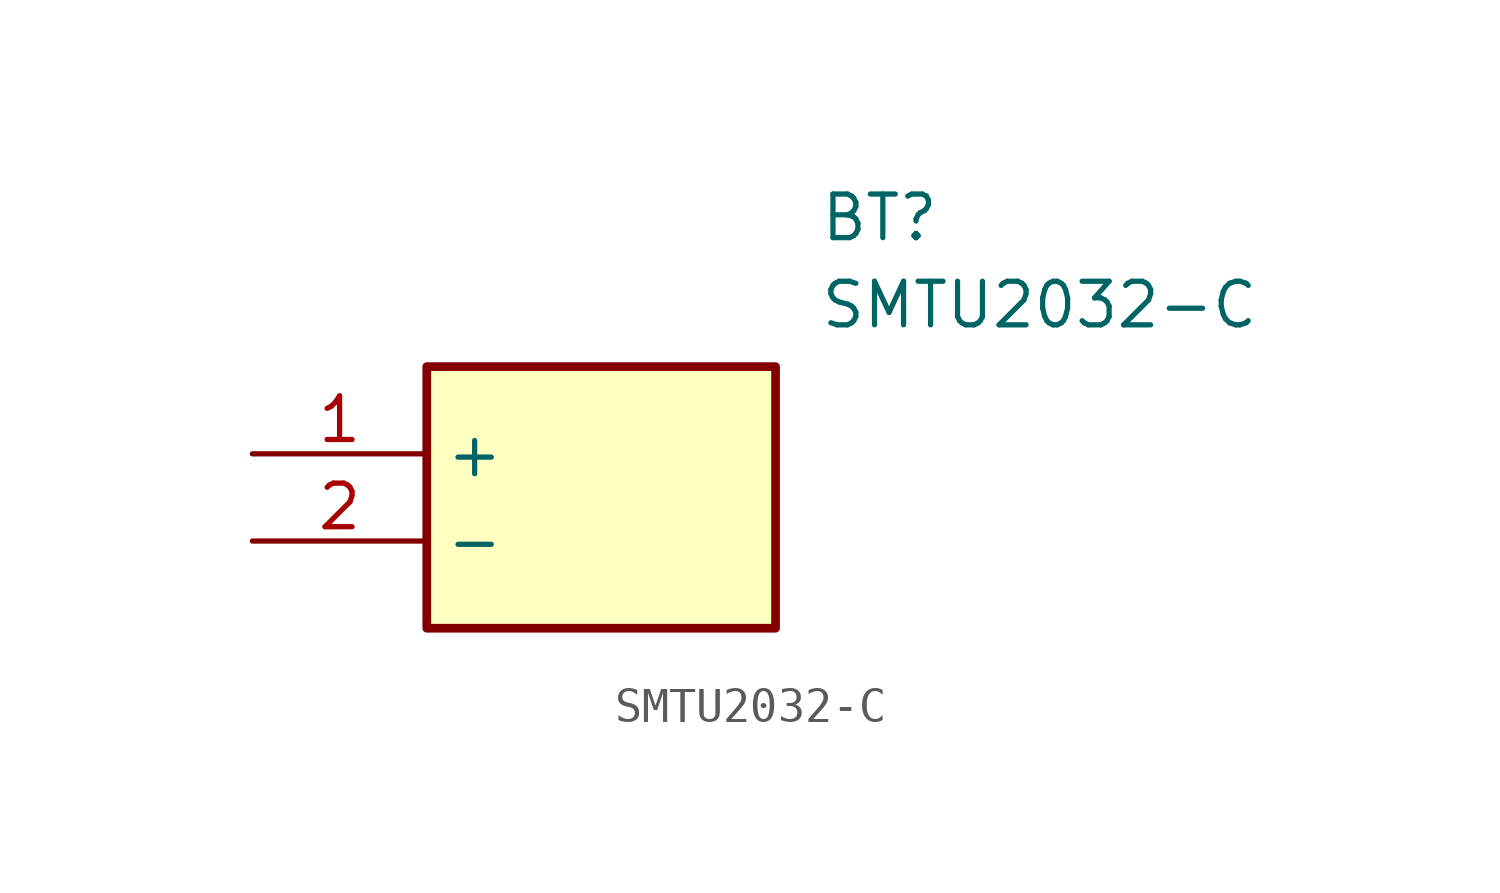
<source format=kicad_sym>
(kicad_symbol_lib
  (version 20211014)
  (generator SamacSys_ECAD_Model)
  (symbol "SMTU2032-C"
    (property "Reference" "BT"
      (at 16.51 7.62 0)
      (effects (font (size 1.27 1.27)) (justify left top)))
    (property "Value" "SMTU2032-C"
      (at 16.51 5.08 0)
      (effects (font (size 1.27 1.27)) (justify left top)))
    (rectangle
      (start 5.08 2.54)
      (end 15.24 -5.08)
      (stroke (width 0.254) (type default))
      (fill (type background)))
    (pin passive line
      (at 0 0 0)
      (length 5.08)
      (name "+" (effects (font (size 1.27 1.27))))
      (number "1" (effects (font (size 1.27 1.27)))))
    (pin passive line
      (at 0 -2.54 0)
      (length 5.08)
      (name "-" (effects (font (size 1.27 1.27))))
      (number "2" (effects (font (size 1.27 1.27)))))))
</source>
